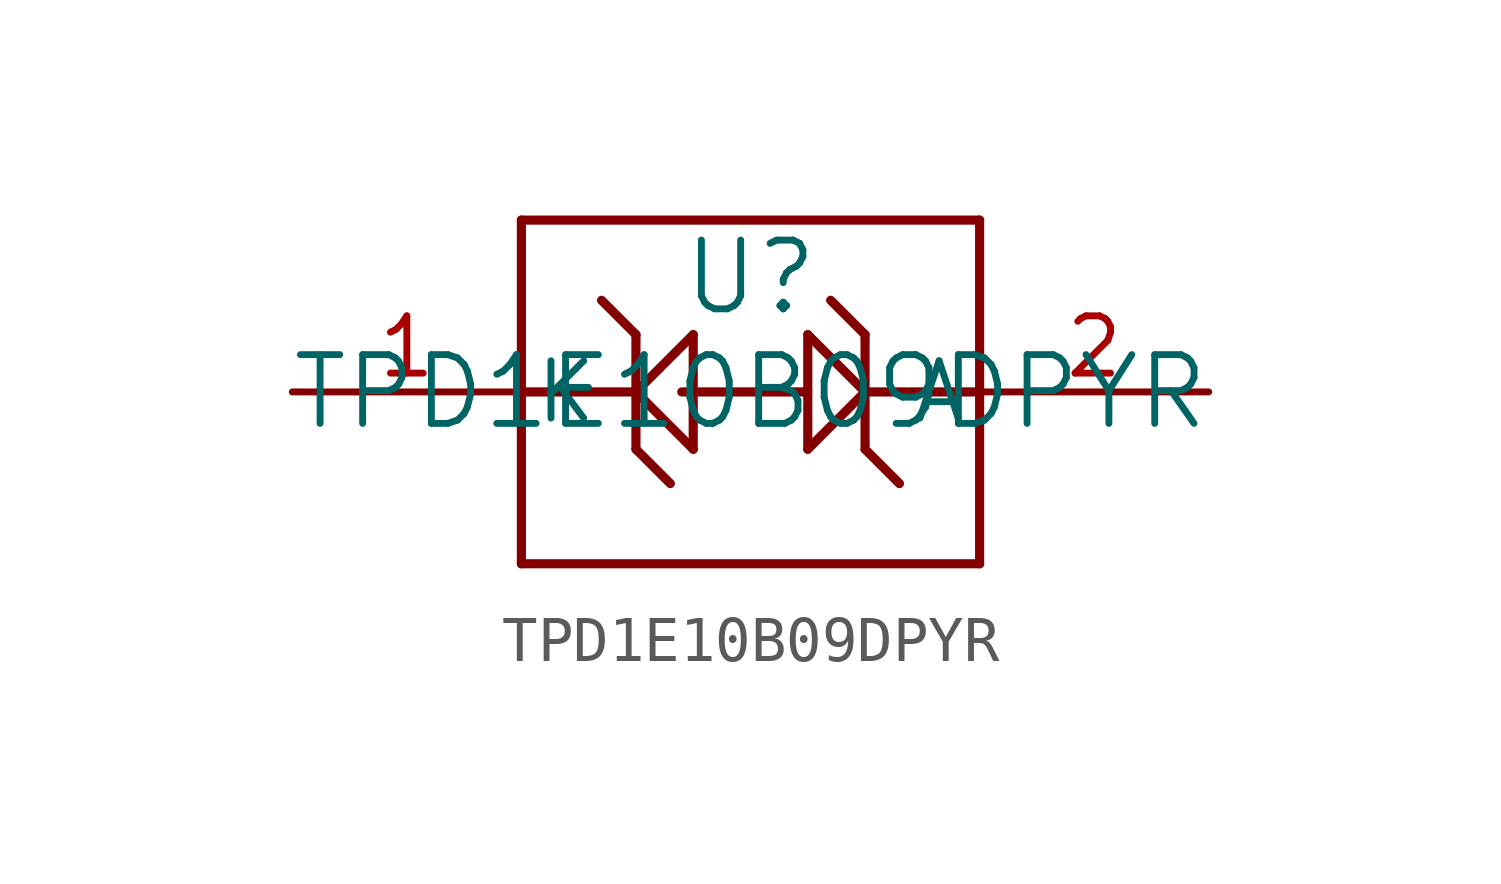
<source format=kicad_sym>
(kicad_symbol_lib
  (version 20211014)
  (generator kicad_symbol_editor)
  (symbol "TPD1E10B09DPYR"
    (pin_names
      (offset 0.254))
    (property "Reference" "U"
      (at 0 2.54 0)
      (effects (font (size 1.524 1.524))))
    (property "Value" "TPD1E10B09DPYR"
      (at 0 0 0)
      (effects (font (size 1.524 1.524))))
    (symbol "TPD1E10B09DPYR_0_1"
      (polyline (pts (xy -5.08 -3.81) (xy 5.08 -3.81)) (stroke (width 0.203) (type default) (color 0 0 0 0)) (fill (type none)))
      (polyline (pts (xy 5.08 -3.81) (xy 5.08 3.81)) (stroke (width 0.203) (type default) (color 0 0 0 0)) (fill (type none)))
      (polyline (pts (xy 5.08 3.81) (xy -5.08 3.81)) (stroke (width 0.203) (type default) (color 0 0 0 0)) (fill (type none)))
      (polyline (pts (xy -5.08 3.81) (xy -5.08 -3.81)) (stroke (width 0.203) (type default) (color 0 0 0 0)) (fill (type none)))
      (polyline (pts (xy 2.54 0) (xy 1.27 -1.27)) (stroke (width 0.203) (type default) (color 0 0 0 0)) (fill (type none)))
      (polyline (pts (xy 1.27 -1.27) (xy 1.27 1.27)) (stroke (width 0.203) (type default) (color 0 0 0 0)) (fill (type none)))
      (polyline (pts (xy 1.27 1.27) (xy 2.54 0)) (stroke (width 0.203) (type default) (color 0 0 0 0)) (fill (type none)))
      (polyline (pts (xy 2.54 -1.27) (xy 2.54 1.27)) (stroke (width 0.203) (type default) (color 0 0 0 0)) (fill (type none)))
      (polyline (pts (xy 2.54 1.27) (xy 1.778 2.032)) (stroke (width 0.203) (type default) (color 0 0 0 0)) (fill (type none)))
      (polyline (pts (xy 2.54 -1.27) (xy 3.302 -2.032)) (stroke (width 0.203) (type default) (color 0 0 0 0)) (fill (type none)))
      (polyline (pts (xy -2.54 0) (xy -1.27 1.27)) (stroke (width 0.203) (type default) (color 0 0 0 0)) (fill (type none)))
      (polyline (pts (xy -1.27 1.27) (xy -1.27 -1.27)) (stroke (width 0.203) (type default) (color 0 0 0 0)) (fill (type none)))
      (polyline (pts (xy -1.27 -1.27) (xy -2.54 0)) (stroke (width 0.203) (type default) (color 0 0 0 0)) (fill (type none)))
      (polyline (pts (xy -2.54 1.27) (xy -2.54 -1.27)) (stroke (width 0.203) (type default) (color 0 0 0 0)) (fill (type none)))
      (polyline (pts (xy -2.54 -1.27) (xy -1.778 -2.032)) (stroke (width 0.203) (type default) (color 0 0 0 0)) (fill (type none)))
      (polyline (pts (xy -2.54 1.27) (xy -3.302 2.032)) (stroke (width 0.203) (type default) (color 0 0 0 0)) (fill (type none)))
      (polyline (pts (xy -2.54 0) (xy -5.08 0)) (stroke (width 0.203) (type default) (color 0 0 0 0)) (fill (type none)))
      (polyline (pts (xy 1.27 0) (xy -1.524 0)) (stroke (width 0.203) (type default) (color 0 0 0 0)) (fill (type none)))
      (polyline (pts (xy 2.54 0) (xy 5.08 0)) (stroke (width 0.203) (type default) (color 0 0 0 0)) (fill (type none)))
      (pin unspecified line (at -10.16 0 0) (length 5.08) (name "K" (effects (font (size 1.27 1.27)))) (number "1" (effects (font (size 1.27 1.27)))))
      (pin unspecified line (at 10.16 0 180) (length 5.08) (name "A" (effects (font (size 1.27 1.27)))) (number "2" (effects (font (size 1.27 1.27))))))))
</source>
